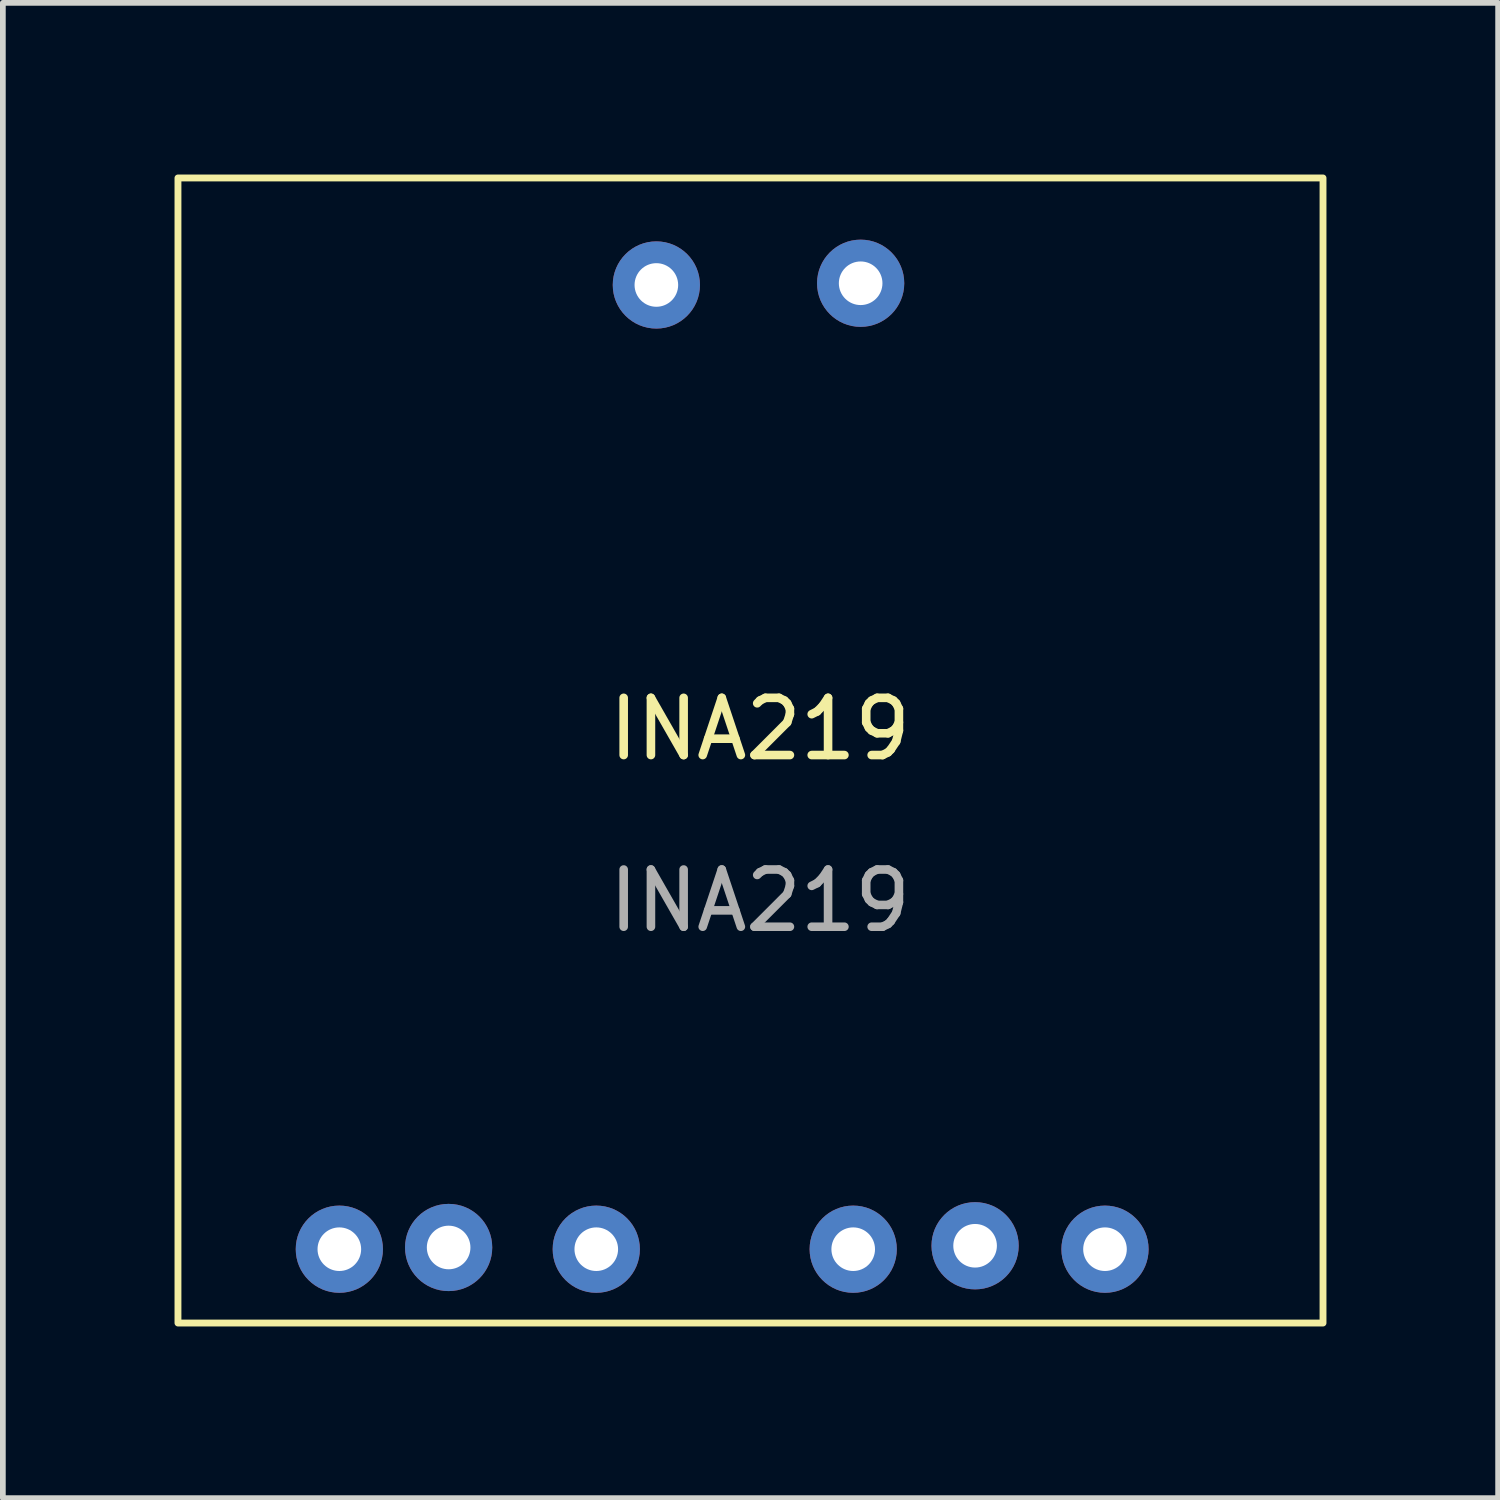
<source format=kicad_pcb>
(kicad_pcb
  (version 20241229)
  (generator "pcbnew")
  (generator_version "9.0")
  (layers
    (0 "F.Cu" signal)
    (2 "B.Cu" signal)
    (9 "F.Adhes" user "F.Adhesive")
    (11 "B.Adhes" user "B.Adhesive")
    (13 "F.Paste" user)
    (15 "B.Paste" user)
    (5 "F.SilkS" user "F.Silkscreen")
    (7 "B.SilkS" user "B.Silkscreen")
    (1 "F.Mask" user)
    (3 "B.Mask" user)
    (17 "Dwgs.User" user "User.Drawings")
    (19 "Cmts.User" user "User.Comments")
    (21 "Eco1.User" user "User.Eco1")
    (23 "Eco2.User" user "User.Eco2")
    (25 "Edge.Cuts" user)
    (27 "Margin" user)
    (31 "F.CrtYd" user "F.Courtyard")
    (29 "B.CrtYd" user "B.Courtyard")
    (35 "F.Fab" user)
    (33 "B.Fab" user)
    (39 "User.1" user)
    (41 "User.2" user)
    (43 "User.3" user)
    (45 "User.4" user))
  (footprint "INA219"
    (layer "F.Cu")
    (at 10.23 10.19)
    (property "Reference" "INA219" (at 0 -0.5 0) (unlocked yes) (layer "F.SilkS") (effects (font (size 1 1) (thickness 0.15))))
    (attr through_hole)
    (fp_rect (start -10.17 -10.13) (end 9.84 9.88) (stroke (width 0.12) (type solid)) (fill no) (layer "F.SilkS"))
    (fp_text user "${REFERENCE}" (at 0 2.5 0) (unlocked yes) (layer "F.Fab") (effects (font (size 1 1) (thickness 0.15))))
    (pad "1" thru_hole circle (at -1.81 -8.26) (size 1.524 1.524) (drill 0.762) (layers "*.Cu" "*.Mask"))
    (pad "2" thru_hole circle (at 1.76 -8.29) (size 1.524 1.524) (drill 0.762) (layers "*.Cu" "*.Mask"))
    (pad "3" thru_hole circle (at -7.35 8.59) (size 1.524 1.524) (drill 0.762) (layers "*.Cu" "*.Mask"))
    (pad "4" thru_hole circle (at -5.44 8.56) (size 1.524 1.524) (drill 0.762) (layers "*.Cu" "*.Mask"))
    (pad "5" thru_hole circle (at -2.86 8.59) (size 1.524 1.524) (drill 0.762) (layers "*.Cu" "*.Mask"))
    (pad "6" thru_hole circle (at 1.63 8.59) (size 1.524 1.524) (drill 0.762) (layers "*.Cu" "*.Mask"))
    (pad "7" thru_hole circle (at 3.76 8.53) (size 1.524 1.524) (drill 0.762) (layers "*.Cu" "*.Mask"))
    (pad "8" thru_hole circle (at 6.03 8.59) (size 1.524 1.524) (drill 0.762) (layers "*.Cu" "*.Mask")))
  (gr_rect
    (start -3 -3)
    (end 23.13 23.13)
    (stroke (width 0.1) (type default))
    (fill no)
    (layer "Edge.Cuts")))
</source>
